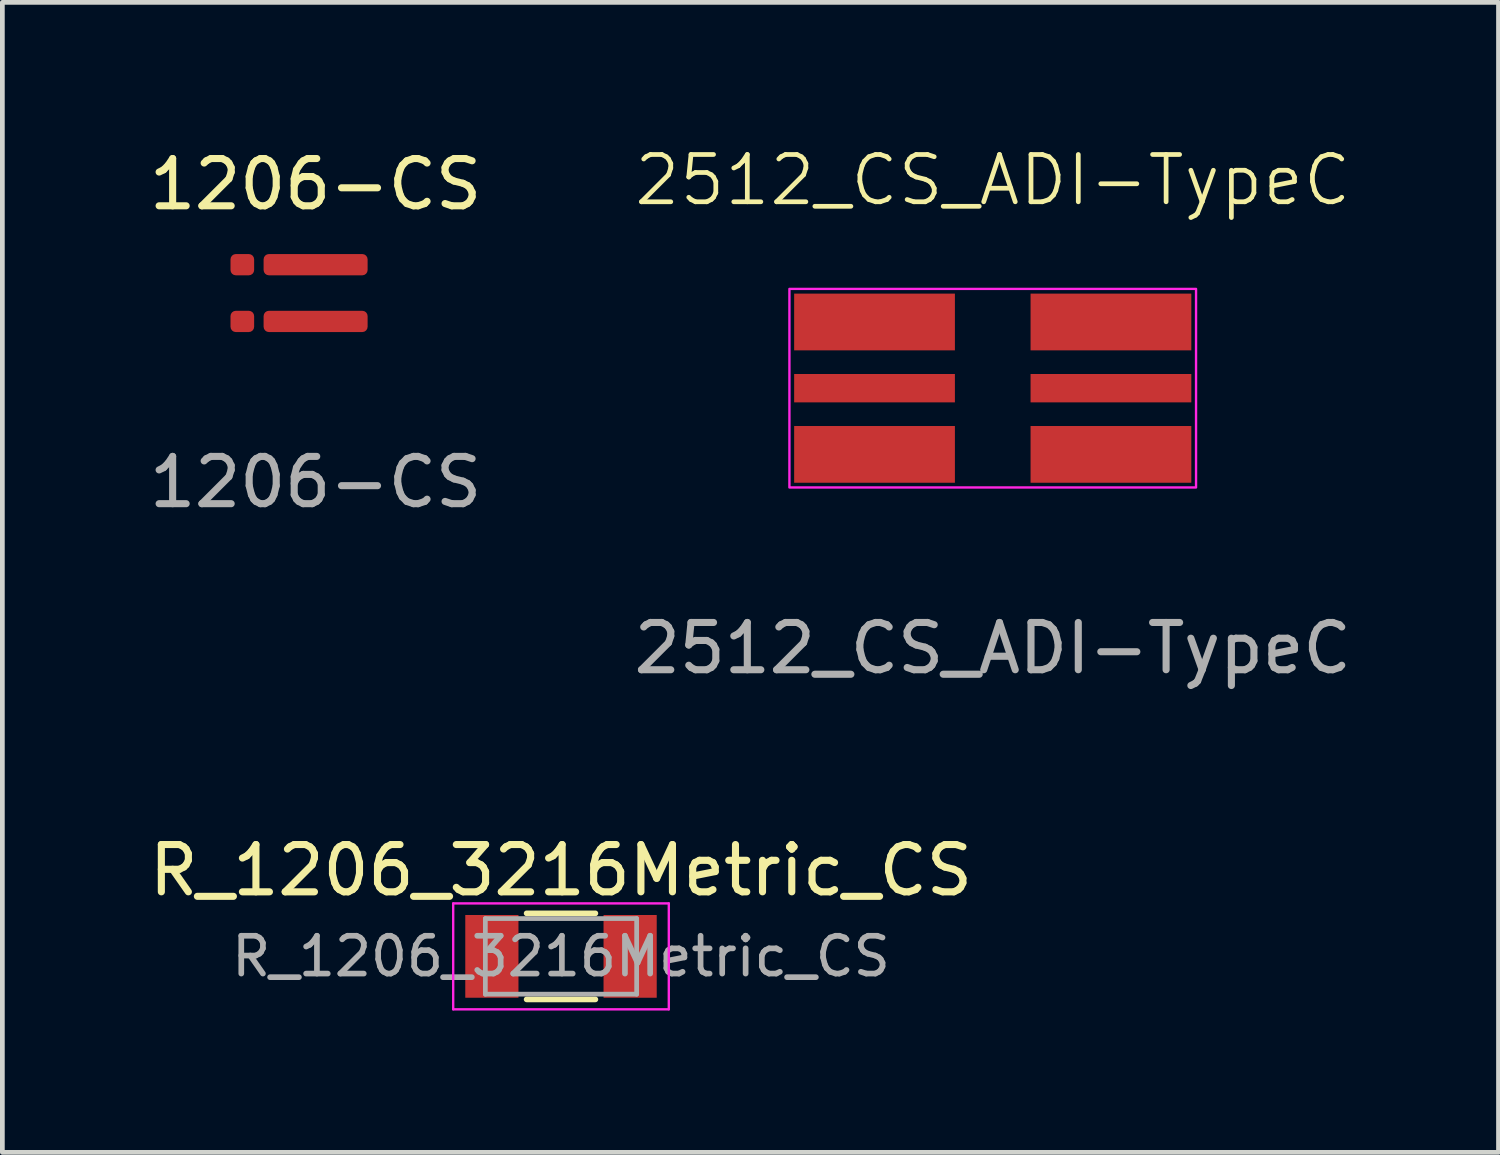
<source format=kicad_pcb>
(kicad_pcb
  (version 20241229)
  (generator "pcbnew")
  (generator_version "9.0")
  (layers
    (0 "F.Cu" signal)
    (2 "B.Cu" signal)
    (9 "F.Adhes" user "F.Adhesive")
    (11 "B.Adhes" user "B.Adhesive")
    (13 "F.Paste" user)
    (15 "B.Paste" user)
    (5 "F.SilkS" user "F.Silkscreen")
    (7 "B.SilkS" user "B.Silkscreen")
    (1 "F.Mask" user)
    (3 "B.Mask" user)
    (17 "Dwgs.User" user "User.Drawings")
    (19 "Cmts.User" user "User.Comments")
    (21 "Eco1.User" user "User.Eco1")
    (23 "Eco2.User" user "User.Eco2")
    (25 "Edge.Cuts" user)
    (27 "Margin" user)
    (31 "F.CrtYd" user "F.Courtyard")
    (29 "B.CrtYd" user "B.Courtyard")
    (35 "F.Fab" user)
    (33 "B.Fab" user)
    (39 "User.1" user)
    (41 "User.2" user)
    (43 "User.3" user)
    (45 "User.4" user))
  (footprint "R_1206_3216Metric_CS"
    (layer "F.Cu")
    (at 8.815 17.177)
    (property "Reference" "R_1206_3216Metric_CS" (at 0 -1.82 0) (layer "F.SilkS") (effects (font (size 1 1) (thickness 0.15))))
    (attr smd)
    (fp_rect (start -2.04 -0.89) (end -0.88 -0.37) (stroke (width 0.05) (type solid)) (fill yes) (layer "F.Mask"))
    (fp_rect (start -2.04 -0.13) (end -0.88 0.13) (stroke (width 0.05) (type solid)) (fill yes) (layer "F.Mask"))
    (fp_rect (start -2.04 0.37) (end -0.88 0.89) (stroke (width 0.05) (type solid)) (fill yes) (layer "F.Mask"))
    (fp_rect (start 2.04 -0.37) (end 0.88 -0.89) (stroke (width 0.05) (type solid)) (fill yes) (layer "F.Mask"))
    (fp_rect (start 2.04 0.13) (end 0.88 -0.13) (stroke (width 0.05) (type solid)) (fill yes) (layer "F.Mask"))
    (fp_rect (start 2.04 0.89) (end 0.88 0.37) (stroke (width 0.05) (type solid)) (fill yes) (layer "F.Mask"))
    (fp_line (start -0.727 -0.91) (end 0.727 -0.91) (stroke (width 0.12) (type solid)) (layer "F.SilkS"))
    (fp_line (start -0.727 0.91) (end 0.727 0.91) (stroke (width 0.12) (type solid)) (layer "F.SilkS"))
    (fp_rect (start -1.98 -0.83) (end -0.94 -0.39) (stroke (width 0.05) (type solid)) (fill yes) (layer "F.Paste"))
    (fp_rect (start -1.98 -0.11) (end -0.94 0.11) (stroke (width 0.05) (type solid)) (fill yes) (layer "F.Paste"))
    (fp_rect (start -1.98 0.39) (end -0.94 0.83) (stroke (width 0.05) (type solid)) (fill yes) (layer "F.Paste"))
    (fp_rect (start 1.98 -0.39) (end 0.94 -0.83) (stroke (width 0.05) (type solid)) (fill yes) (layer "F.Paste"))
    (fp_rect (start 1.98 0.11) (end 0.94 -0.11) (stroke (width 0.05) (type solid)) (fill yes) (layer "F.Paste"))
    (fp_rect (start 1.98 0.83) (end 0.94 0.39) (stroke (width 0.05) (type solid)) (fill yes) (layer "F.Paste"))
    (fp_line (start -2.28 -1.12) (end 2.28 -1.12) (stroke (width 0.05) (type solid)) (layer "F.CrtYd"))
    (fp_line (start -2.28 1.12) (end -2.28 -1.12) (stroke (width 0.05) (type solid)) (layer "F.CrtYd"))
    (fp_line (start 2.28 -1.12) (end 2.28 1.12) (stroke (width 0.05) (type solid)) (layer "F.CrtYd"))
    (fp_line (start 2.28 1.12) (end -2.28 1.12) (stroke (width 0.05) (type solid)) (layer "F.CrtYd"))
    (fp_line (start -1.6 -0.8) (end 1.6 -0.8) (stroke (width 0.1) (type solid)) (layer "F.Fab"))
    (fp_line (start -1.6 0.8) (end -1.6 -0.8) (stroke (width 0.1) (type solid)) (layer "F.Fab"))
    (fp_line (start 1.6 -0.8) (end 1.6 0.8) (stroke (width 0.1) (type solid)) (layer "F.Fab"))
    (fp_line (start 1.6 0.8) (end -1.6 0.8) (stroke (width 0.1) (type solid)) (layer "F.Fab"))
    (fp_text user "${REFERENCE}" (at 0 0 0) (layer "F.Fab") (effects (font (size 0.8 0.8) (thickness 0.12))))
    (pad "1" smd rect (at -1.462 0) (size 1.125 1.75) (layers "F.Cu"))
    (pad "2" smd rect (at 1.462 0) (size 1.125 1.75) (layers "F.Cu")))
  (footprint "1206-CS"
    (layer "F.Cu")
    (at 3.625 3.148)
    (property "Reference" "1206-CS" (at 0 -2.3 0) (unlocked yes) (layer "F.SilkS") (effects (font (size 1 1) (thickness 0.15))))
    (attr smd)
    (fp_text user "${REFERENCE}" (at 0 4 0) (unlocked yes) (layer "F.Fab") (effects (font (size 1 1) (thickness 0.15))))
    (pad "1" smd roundrect (at 0 0.6) (size 2.2 0.45) (layers "F.Cu" "F.Mask" "F.Paste") (roundrect_rratio 0.25))
    (pad "2" smd roundrect (at -1.55 0.6) (size 0.5 0.45) (layers "F.Cu" "F.Mask" "F.Paste") (roundrect_rratio 0.25))
    (pad "3" smd roundrect (at -1.55 -0.6) (size 0.5 0.45) (layers "F.Cu" "F.Mask" "F.Paste") (roundrect_rratio 0.25))
    (pad "4" smd roundrect (at 0 -0.6) (size 2.2 0.45) (layers "F.Cu" "F.Mask" "F.Paste") (roundrect_rratio 0.25)))
  (footprint "2512_CS_ADI-TypeC"
    (layer "F.Cu")
    (at 17.946 5.16)
    (property "Reference" "2512_CS_ADI-TypeC" (at 0 -4.4 0) (unlocked yes) (layer "F.SilkS") (effects (font (size 1 1) (thickness 0.1))))
    (attr smd)
    (fp_rect (start -4.3 -2.1) (end 4.3 2.1) (stroke (width 0.05) (type default)) (fill no) (layer "F.CrtYd"))
    (fp_text user "${REFERENCE}" (at 0 5.5 0) (unlocked yes) (layer "F.Fab") (effects (font (size 1 1) (thickness 0.15))))
    (pad "1" smd rect (at -2.5 -1.4) (size 3.4 1.2) (layers "F.Cu" "F.Mask" "F.Paste"))
    (pad "1" smd rect (at -2.5 1.4) (size 3.4 1.2) (layers "F.Cu" "F.Mask" "F.Paste"))
    (pad "2" smd rect (at -2.5 0) (size 3.4 0.6) (layers "F.Cu" "F.Mask" "F.Paste"))
    (pad "3" smd rect (at 2.5 0) (size 3.4 0.6) (layers "F.Cu" "F.Mask" "F.Paste"))
    (pad "4" smd rect (at 2.5 -1.4) (size 3.4 1.2) (layers "F.Cu" "F.Mask" "F.Paste"))
    (pad "4" smd rect (at 2.5 1.4) (size 3.4 1.2) (layers "F.Cu" "F.Mask" "F.Paste")))
  (gr_rect
    (start -3 -3)
    (end 28.643 21.322)
    (stroke (width 0.1) (type default))
    (fill no)
    (layer "Edge.Cuts")))
</source>
